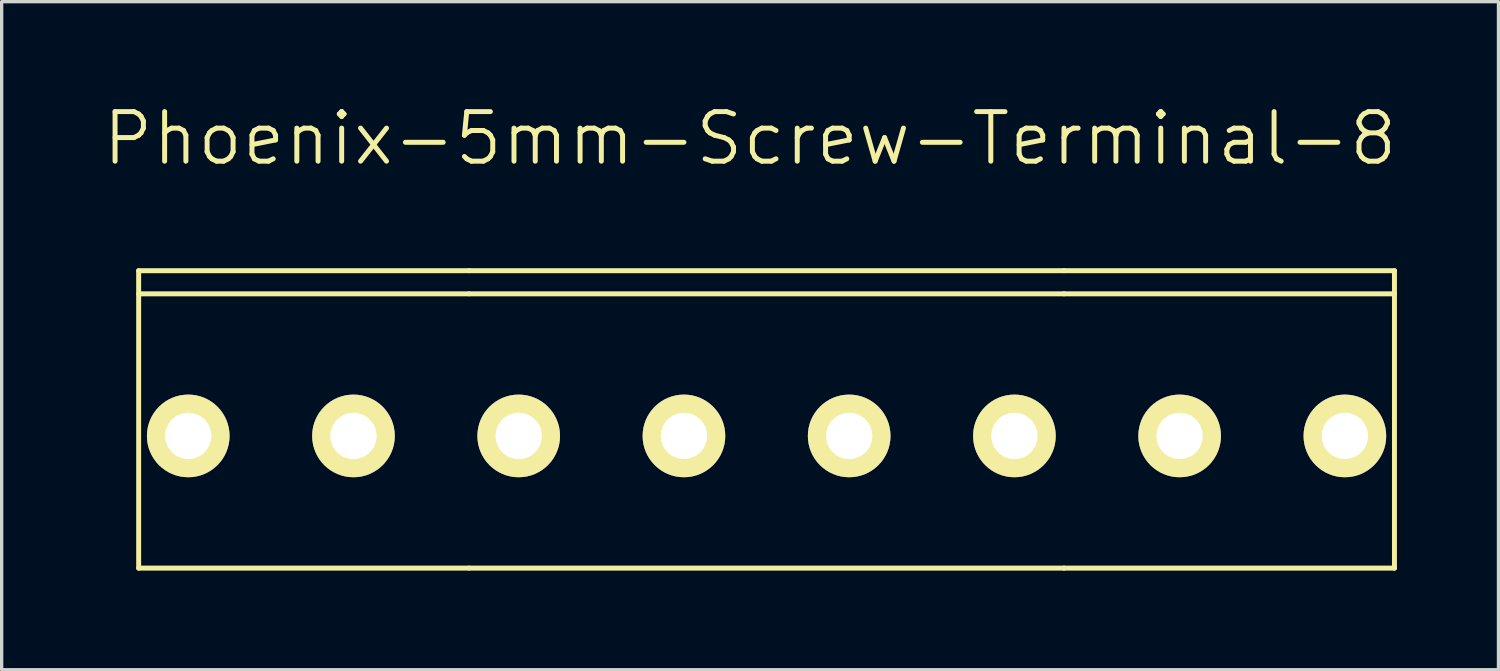
<source format=kicad_pcb>
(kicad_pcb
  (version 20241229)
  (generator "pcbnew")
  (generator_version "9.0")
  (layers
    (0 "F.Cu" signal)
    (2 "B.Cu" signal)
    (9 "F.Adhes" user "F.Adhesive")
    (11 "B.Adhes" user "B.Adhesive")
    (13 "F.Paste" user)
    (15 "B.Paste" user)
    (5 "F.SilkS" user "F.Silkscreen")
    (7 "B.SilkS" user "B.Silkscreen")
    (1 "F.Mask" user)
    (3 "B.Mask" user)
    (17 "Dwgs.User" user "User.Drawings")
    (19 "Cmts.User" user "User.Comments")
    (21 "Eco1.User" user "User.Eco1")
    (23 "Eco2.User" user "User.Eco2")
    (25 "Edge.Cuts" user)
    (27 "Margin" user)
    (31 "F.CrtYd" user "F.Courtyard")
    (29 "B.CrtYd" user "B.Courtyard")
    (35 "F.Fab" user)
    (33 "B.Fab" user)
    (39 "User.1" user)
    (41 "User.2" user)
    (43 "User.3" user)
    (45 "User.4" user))
  (footprint "Phoenix-5mm-Screw-Terminal-8"
    (layer "F.Cu")
    (at 20.146 10.141)
    (property "Reference" "Phoenix-5mm-Screw-Terminal-8" (at -0.5 -9 0) (layer "F.SilkS") (effects (font (size 1.5 1.5) (thickness 0.15))))
    (attr through_hole)
    (fp_line (start -19 -5) (end -9 -5) (stroke (width 0.15) (type solid)) (layer "F.SilkS"))
    (fp_line (start -19 4) (end -19 -5) (stroke (width 0.15) (type solid)) (layer "F.SilkS"))
    (fp_line (start -9 -5) (end 9 -5) (stroke (width 0.15) (type solid)) (layer "F.SilkS"))
    (fp_line (start -9 -4.3) (end -19 -4.3) (stroke (width 0.15) (type solid)) (layer "F.SilkS"))
    (fp_line (start -9 -4.3) (end 9 -4.3) (stroke (width 0.15) (type solid)) (layer "F.SilkS"))
    (fp_line (start -9 4) (end -19 4) (stroke (width 0.15) (type solid)) (layer "F.SilkS"))
    (fp_line (start 9 -5) (end 19 -5) (stroke (width 0.15) (type solid)) (layer "F.SilkS"))
    (fp_line (start 9 4) (end -9 4) (stroke (width 0.15) (type solid)) (layer "F.SilkS"))
    (fp_line (start 19 -5) (end 19 4) (stroke (width 0.15) (type solid)) (layer "F.SilkS"))
    (fp_line (start 19 -4.3) (end 9 -4.3) (stroke (width 0.15) (type solid)) (layer "F.SilkS"))
    (fp_line (start 19 4) (end 9 4) (stroke (width 0.15) (type solid)) (layer "F.SilkS"))
    (pad "1" thru_hole circle (at -17.5 0) (size 2.5 2.5) (drill 1.4) (layers "*.Cu" "*.Mask" "F.SilkS"))
    (pad "2" thru_hole circle (at -12.5 0) (size 2.5 2.5) (drill 1.4) (layers "*.Cu" "*.Mask" "F.SilkS"))
    (pad "3" thru_hole circle (at -7.5 0) (size 2.5 2.5) (drill 1.4) (layers "*.Cu" "*.Mask" "F.SilkS"))
    (pad "4" thru_hole circle (at -2.5 0) (size 2.5 2.5) (drill 1.4) (layers "*.Cu" "*.Mask" "F.SilkS"))
    (pad "5" thru_hole circle (at 2.5 0) (size 2.5 2.5) (drill 1.4) (layers "*.Cu" "*.Mask" "F.SilkS"))
    (pad "6" thru_hole circle (at 7.5 0) (size 2.5 2.5) (drill 1.4) (layers "*.Cu" "*.Mask" "F.SilkS"))
    (pad "7" thru_hole circle (at 12.5 0) (size 2.5 2.5) (drill 1.4) (layers "*.Cu" "*.Mask" "F.SilkS"))
    (pad "8" thru_hole circle (at 17.5 0) (size 2.5 2.5) (drill 1.4) (layers "*.Cu" "*.Mask" "F.SilkS")))
  (gr_rect
    (start -3 -3)
    (end 42.293 17.216)
    (stroke (width 0.1) (type default))
    (fill no)
    (layer "Edge.Cuts")))
</source>
